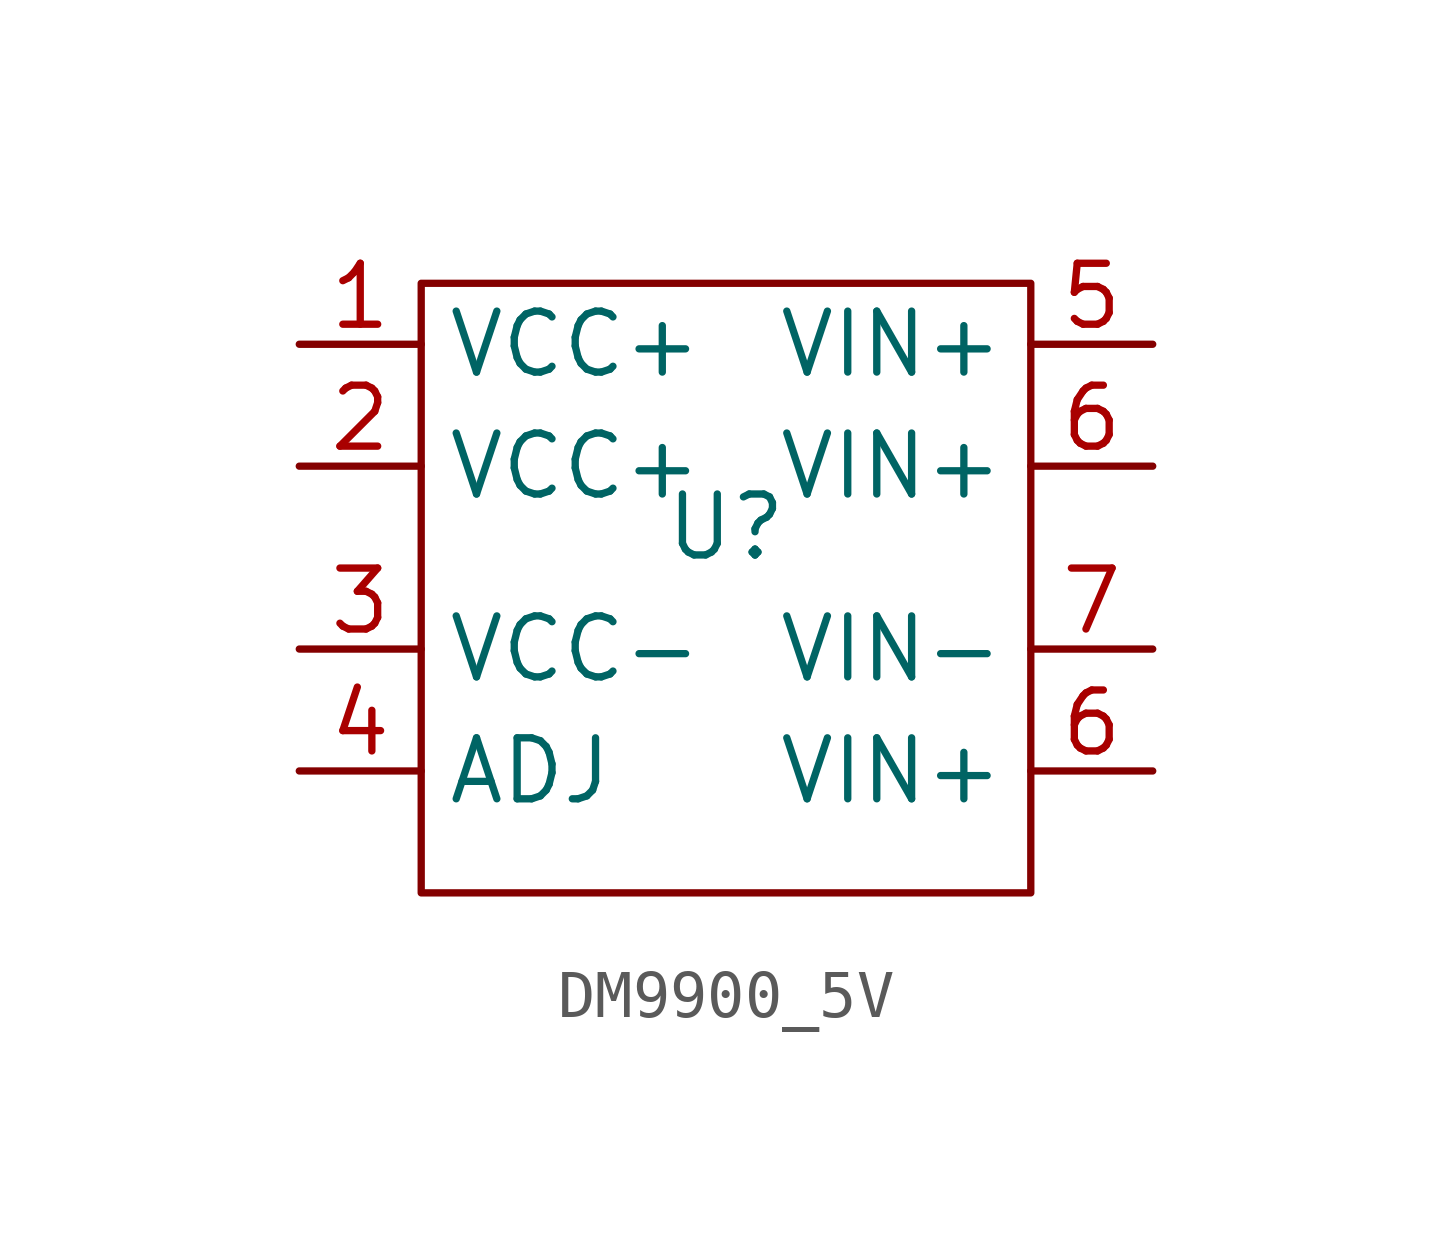
<source format=kicad_sym>
(kicad_symbol_lib
  (version 20241209)
  (generator "kicad_symbol_editor")
  (generator_version "9.0")
  (symbol "DM9900_5V"
    (property "Reference" "U"
      (at 0 0 0)
      (effects (font (size 1.27 1.27))))
    (property "Value" ""
      (at 0 0 0)
      (effects (font (size 1.27 1.27))))
    (symbol "DM9900_5V_1_1"
      (rectangle (start -6.35 5.08) (end 6.35 -7.62) (stroke (width 0) (type solid)) (fill (type none)))
      (pin power_out line (at -8.89 3.81 0) (length 2.54) (name "VCC+" (effects (font (size 1.27 1.27)))) (number "1" (effects (font (size 1.27 1.27)))))
      (pin power_out line (at -8.89 1.27 0) (length 2.54) (name "VCC+" (effects (font (size 1.27 1.27)))) (number "2" (effects (font (size 1.27 1.27)))))
      (pin passive line (at -8.89 -2.54 0) (length 2.54) (name "VCC-" (effects (font (size 1.27 1.27)))) (number "3" (effects (font (size 1.27 1.27)))))
      (pin passive line (at -8.89 -5.08 0) (length 2.54) (name "ADJ" (effects (font (size 1.27 1.27)))) (number "4" (effects (font (size 1.27 1.27)))))
      (pin passive line (at 8.89 3.81 180) (length 2.54) (name "VIN+" (effects (font (size 1.27 1.27)))) (number "5" (effects (font (size 1.27 1.27)))))
      (pin passive line (at 8.89 1.27 180) (length 2.54) (name "VIN+" (effects (font (size 1.27 1.27)))) (number "6" (effects (font (size 1.27 1.27)))))
      (pin passive line (at 8.89 -2.54 180) (length 2.54) (name "VIN-" (effects (font (size 1.27 1.27)))) (number "7" (effects (font (size 1.27 1.27)))))
      (pin passive line (at 8.89 -5.08 180) (length 2.54) (name "VIN+" (effects (font (size 1.27 1.27)))) (number "6" (effects (font (size 1.27 1.27))))))))
</source>
